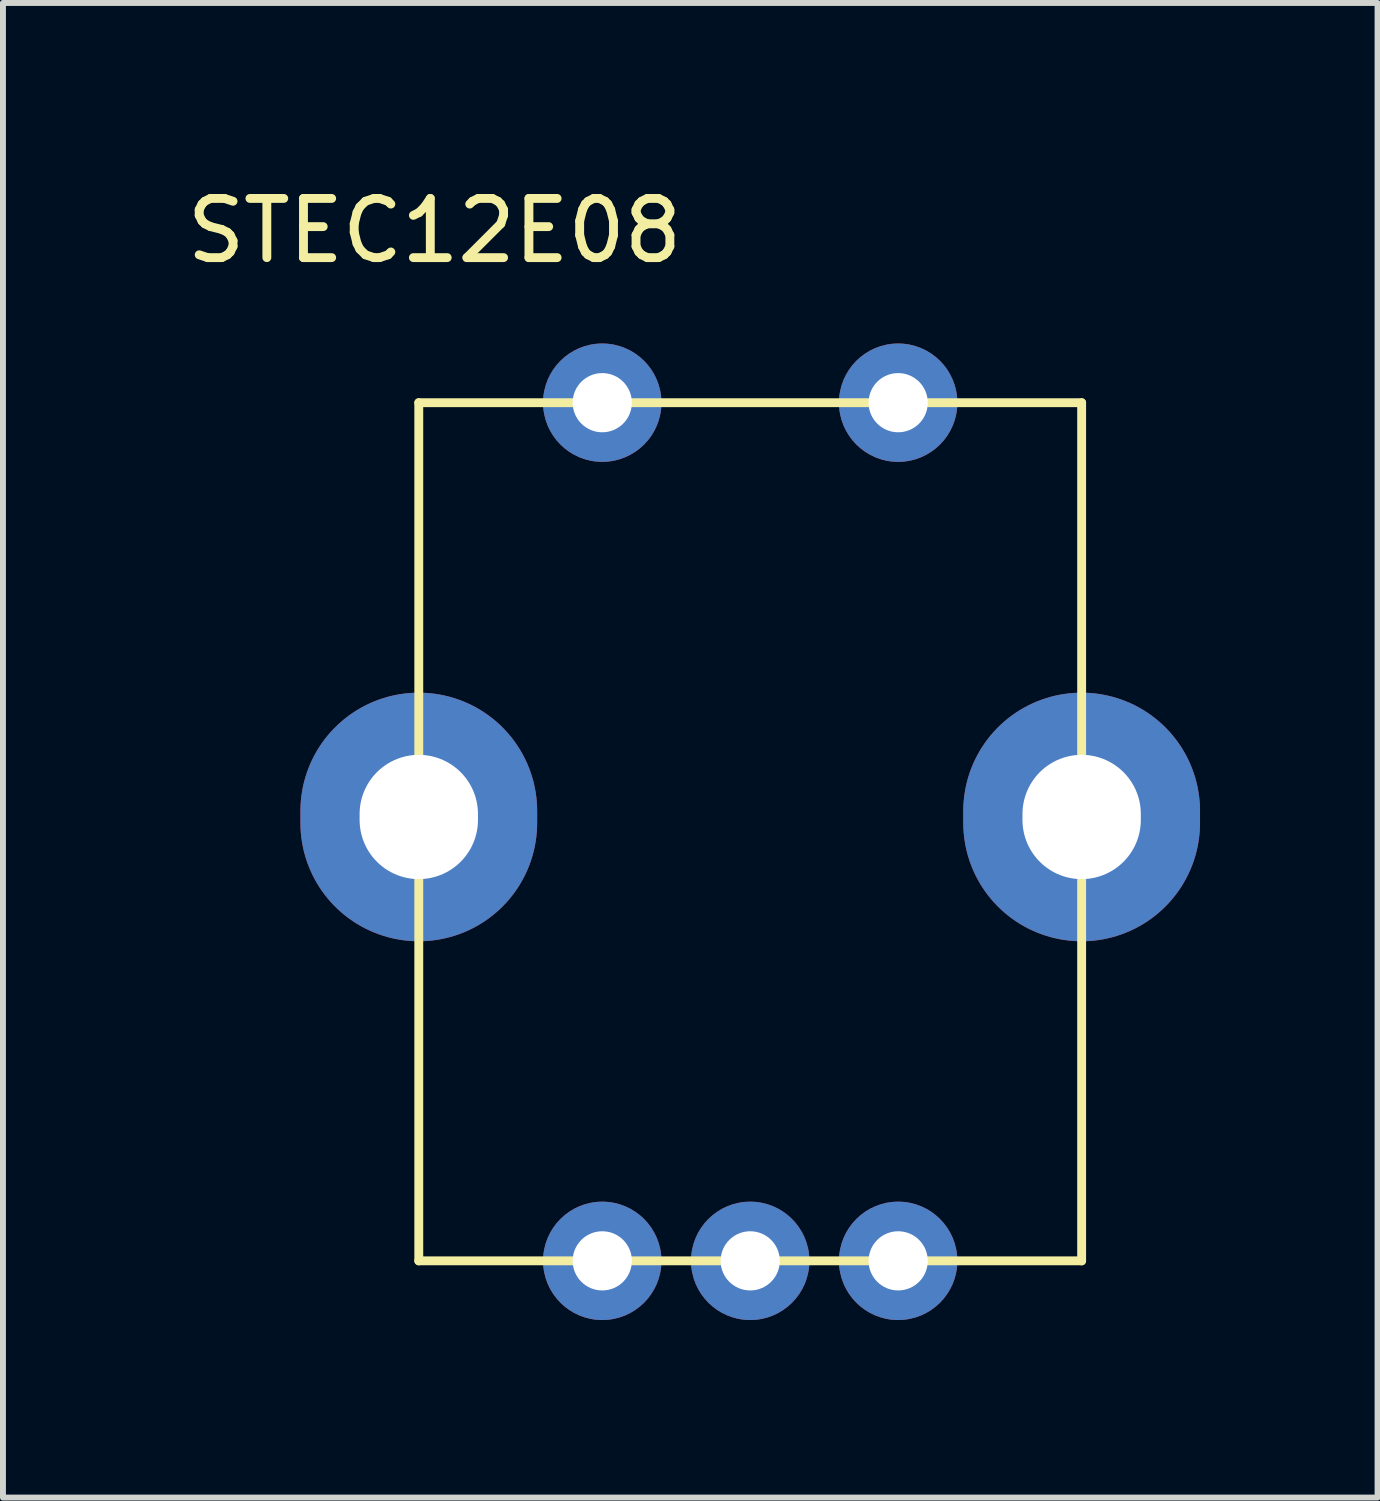
<source format=kicad_pcb>
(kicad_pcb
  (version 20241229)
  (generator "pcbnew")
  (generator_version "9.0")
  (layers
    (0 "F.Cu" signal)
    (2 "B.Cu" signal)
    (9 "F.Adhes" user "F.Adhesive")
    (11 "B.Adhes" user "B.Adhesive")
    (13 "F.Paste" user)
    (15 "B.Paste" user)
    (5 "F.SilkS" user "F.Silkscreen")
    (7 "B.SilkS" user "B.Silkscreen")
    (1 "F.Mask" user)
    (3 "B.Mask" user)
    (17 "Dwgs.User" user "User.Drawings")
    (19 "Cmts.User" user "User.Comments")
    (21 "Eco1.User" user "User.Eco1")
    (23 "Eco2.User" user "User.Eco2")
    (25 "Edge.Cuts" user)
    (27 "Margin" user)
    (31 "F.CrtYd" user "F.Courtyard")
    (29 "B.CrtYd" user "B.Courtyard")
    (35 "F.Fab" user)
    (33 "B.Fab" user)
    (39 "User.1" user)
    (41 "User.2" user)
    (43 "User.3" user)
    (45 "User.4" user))
  (footprint "STEC12E08"
    (layer "F.Cu")
    (at 9.626 10.754)
    (property "Reference" "STEC12E08" (at -5.334 -9.906 0) (layer "F.SilkS") (effects (font (size 1 1) (thickness 0.15))))
    (attr through_hole)
    (fp_line (start -5.6 -7) (end -5.6 7.5) (stroke (width 0.15) (type solid)) (layer "F.SilkS"))
    (fp_line (start -5.6 -7) (end 5.6 -7) (stroke (width 0.15) (type solid)) (layer "F.SilkS"))
    (fp_line (start -5.6 7.5) (end 5.6 7.5) (stroke (width 0.15) (type solid)) (layer "F.SilkS"))
    (fp_line (start 5.6 -7) (end 5.6 7.5) (stroke (width 0.15) (type solid)) (layer "F.SilkS"))
    (pad "" thru_hole oval (at -5.6 0) (size 4 4.2) (drill oval 2 2.1) (layers "*.Cu" "*.Mask"))
    (pad "" thru_hole oval (at 5.6 0) (size 4 4.2) (drill oval 2 2.1) (layers "*.Cu" "*.Mask"))
    (pad "1" thru_hole circle (at -2.5 7.5) (size 2 2) (drill 1) (layers "*.Cu" "*.Mask"))
    (pad "2" thru_hole circle (at 0 7.5) (size 2 2) (drill 1) (layers "*.Cu" "*.Mask"))
    (pad "3" thru_hole circle (at 2.5 7.5) (size 2 2) (drill 1) (layers "*.Cu" "*.Mask"))
    (pad "4" thru_hole circle (at -2.5 -7) (size 2 2) (drill 1) (layers "*.Cu" "*.Mask"))
    (pad "5" thru_hole circle (at 2.5 -7) (size 2 2) (drill 1) (layers "*.Cu" "*.Mask")))
  (gr_rect
    (start -3 -3)
    (end 20.226 22.254)
    (stroke (width 0.1) (type default))
    (fill no)
    (layer "Edge.Cuts")))
</source>
